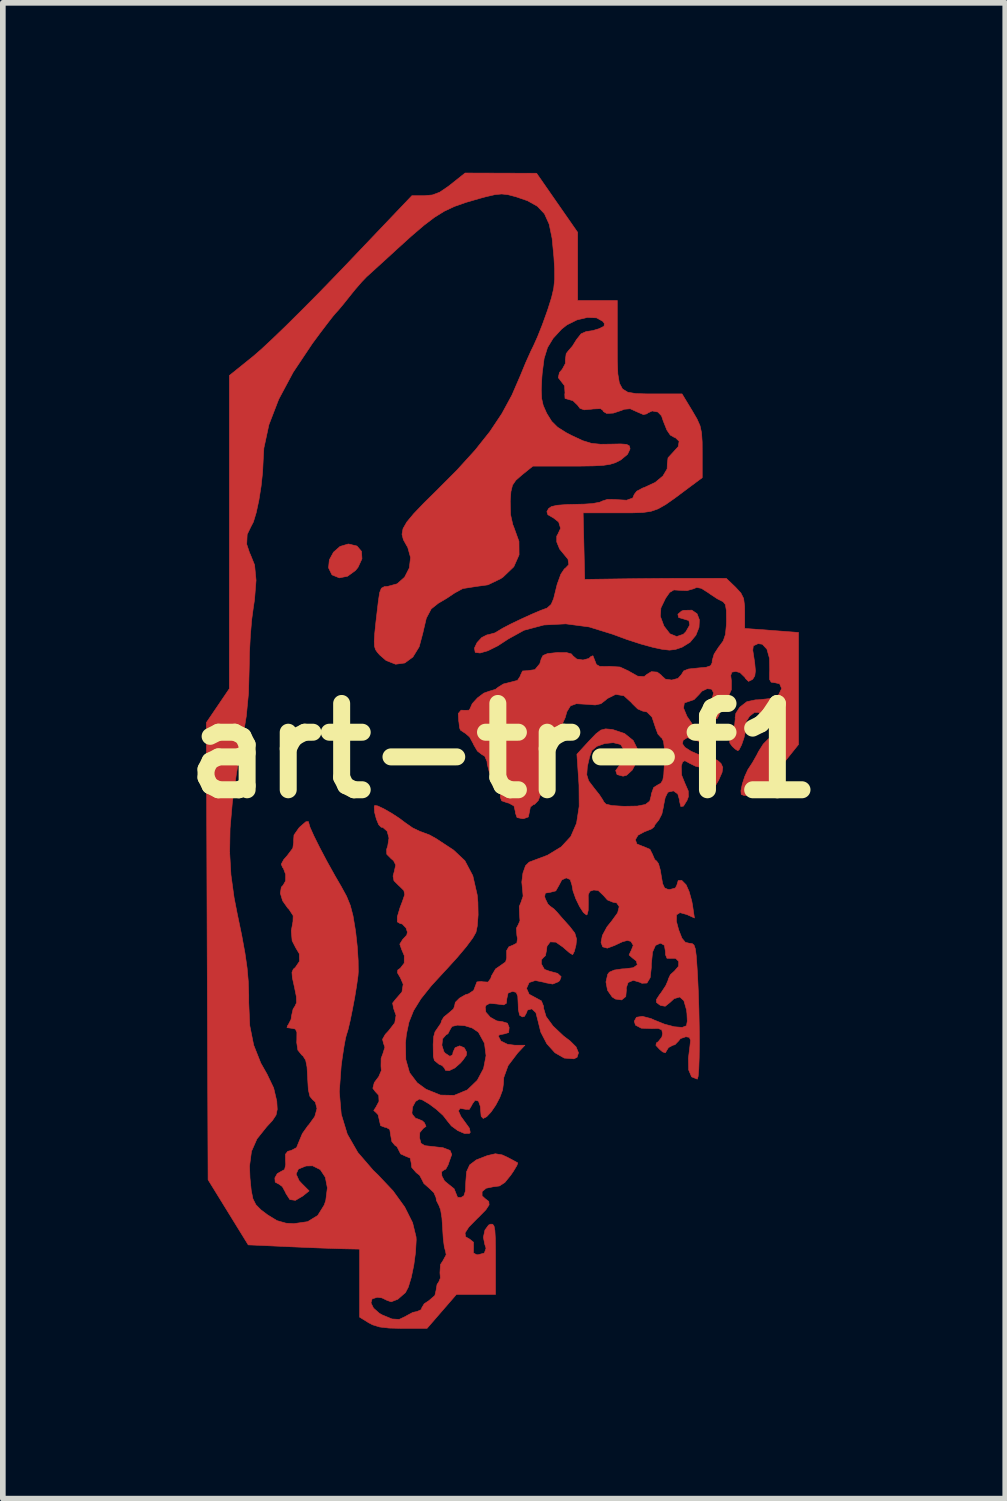
<source format=kicad_pcb>
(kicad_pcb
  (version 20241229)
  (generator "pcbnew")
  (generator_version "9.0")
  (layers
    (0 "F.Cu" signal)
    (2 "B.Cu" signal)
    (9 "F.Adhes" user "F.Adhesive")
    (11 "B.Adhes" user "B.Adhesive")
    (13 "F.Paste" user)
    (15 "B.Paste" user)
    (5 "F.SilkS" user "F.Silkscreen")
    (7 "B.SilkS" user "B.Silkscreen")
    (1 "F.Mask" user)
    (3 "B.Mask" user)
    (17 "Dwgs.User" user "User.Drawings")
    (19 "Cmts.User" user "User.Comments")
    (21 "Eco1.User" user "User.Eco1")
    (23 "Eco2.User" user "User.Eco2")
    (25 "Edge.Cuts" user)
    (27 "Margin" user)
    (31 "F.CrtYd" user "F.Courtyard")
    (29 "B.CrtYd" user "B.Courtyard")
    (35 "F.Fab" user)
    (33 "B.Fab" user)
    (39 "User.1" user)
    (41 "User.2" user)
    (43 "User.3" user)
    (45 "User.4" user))
  (footprint "art-tr-f1"
    (layer "F.Cu")
    (at 5.849 10.205)
    (property "Reference" "art-tr-f1" (at 0 0 0) (layer "F.SilkS") (effects (font (size 1.524 1.524) (thickness 0.3))))
    (attr through_hole)
    (fp_poly (pts (xy -2.596 -3.614) (xy -2.516 -3.52) (xy -2.508 -3.388) (xy -2.578 -3.237) (xy -2.623 -3.182) (xy -2.762 -3.081) (xy -2.908 -3.052) (xy -3.031 -3.102) (xy -3.04 -3.11) (xy -3.098 -3.229) (xy -3.084 -3.37) (xy -3.011 -3.505) (xy -2.895 -3.607) (xy -2.751 -3.65) (xy -2.744 -3.65) (xy -2.596 -3.614)) (stroke (width 0.01) (type solid)) (fill yes) (layer "F.Cu"))
    (fp_poly (pts (xy 0.575 -10.196) (xy 0.937 -9.675) (xy 1.3 -9.153) (xy 1.3 -8.552) (xy 1.3 -7.95) (xy 2 -7.95) (xy 2 -7.208) (xy 2.001 -6.886) (xy 2.01 -6.652) (xy 2.037 -6.49) (xy 2.092 -6.387) (xy 2.185 -6.33) (xy 2.326 -6.306) (xy 2.525 -6.3) (xy 2.663 -6.3) (xy 3.143 -6.3) (xy 3.321 -6.006) (xy 3.408 -5.857) (xy 3.461 -5.738) (xy 3.488 -5.613) (xy 3.499 -5.449) (xy 3.5 -5.267) (xy 3.5 -4.821) (xy 3.242 -4.629) (xy 3.02 -4.463) (xy 2.855 -4.347) (xy 2.721 -4.271) (xy 2.595 -4.227) (xy 2.451 -4.206) (xy 2.265 -4.2) (xy 2.016 -4.2) (xy 1.397 -4.2) (xy 1.425 -3.025) (xy 2.1 -3.035) (xy 2.421 -3.039) (xy 2.773 -3.042) (xy 3.111 -3.044) (xy 3.35 -3.044) (xy 3.925 -3.043) (xy 4.088 -2.887) (xy 4.182 -2.785) (xy 4.231 -2.687) (xy 4.248 -2.553) (xy 4.25 -2.445) (xy 4.25 -2.159) (xy 4.725 -2.124) (xy 5.2 -2.088) (xy 5.2 -0.11) (xy 4.838 0.342) (xy 4.667 0.549) (xy 4.54 0.686) (xy 4.445 0.764) (xy 4.368 0.795) (xy 4.346 0.797) (xy 4.238 0.79) (xy 4.189 0.772) (xy 4.183 0.708) (xy 4.207 0.589) (xy 4.251 0.454) (xy 4.304 0.337) (xy 4.328 0.3) (xy 4.387 0.21) (xy 4.464 0.074) (xy 4.493 0.016) (xy 4.577 -0.117) (xy 4.667 -0.208) (xy 4.699 -0.225) (xy 4.785 -0.287) (xy 4.8 -0.369) (xy 4.746 -0.434) (xy 4.675 -0.45) (xy 4.576 -0.474) (xy 4.55 -0.547) (xy 4.526 -0.644) (xy 4.497 -0.677) (xy 4.421 -0.675) (xy 4.337 -0.611) (xy 4.277 -0.518) (xy 4.268 -0.436) (xy 4.265 -0.351) (xy 4.237 -0.227) (xy 4.195 -0.104) (xy 4.151 -0.018) (xy 4.128 0) (xy 4.08 -0.031) (xy 4.031 -0.076) (xy 3.986 -0.137) (xy 3.986 -0.21) (xy 4.031 -0.332) (xy 4.073 -0.465) (xy 4.083 -0.566) (xy 4.08 -0.58) (xy 4.093 -0.66) (xy 4.16 -0.764) (xy 4.17 -0.774) (xy 4.287 -0.865) (xy 4.439 -0.898) (xy 4.497 -0.9) (xy 4.713 -0.923) (xy 4.849 -0.989) (xy 4.9 -1.095) (xy 4.9 -1.102) (xy 4.866 -1.182) (xy 4.787 -1.2) (xy 4.717 -1.21) (xy 4.688 -1.26) (xy 4.688 -1.375) (xy 4.691 -1.413) (xy 4.687 -1.632) (xy 4.642 -1.793) (xy 4.561 -1.88) (xy 4.487 -1.891) (xy 4.402 -1.852) (xy 4.392 -1.775) (xy 4.426 -1.555) (xy 4.439 -1.411) (xy 4.428 -1.322) (xy 4.395 -1.268) (xy 4.383 -1.256) (xy 4.317 -1.224) (xy 4.265 -1.274) (xy 4.252 -1.297) (xy 4.167 -1.379) (xy 4.092 -1.4) (xy 4.023 -1.387) (xy 4.003 -1.329) (xy 4.015 -1.229) (xy 4.015 -1.079) (xy 3.951 -0.938) (xy 3.921 -0.895) (xy 3.843 -0.768) (xy 3.802 -0.659) (xy 3.8 -0.64) (xy 3.764 -0.569) (xy 3.686 -0.552) (xy 3.607 -0.589) (xy 3.579 -0.632) (xy 3.581 -0.732) (xy 3.624 -0.83) (xy 3.681 -0.944) (xy 3.7 -1.023) (xy 3.666 -1.087) (xy 3.586 -1.095) (xy 3.495 -1.052) (xy 3.439 -0.988) (xy 3.355 -0.902) (xy 3.276 -0.875) (xy 3.184 -0.844) (xy 3.17 -0.753) (xy 3.23 -0.608) (xy 3.345 -0.439) (xy 3.457 -0.277) (xy 3.497 -0.182) (xy 3.464 -0.155) (xy 3.358 -0.196) (xy 3.352 -0.199) (xy 3.234 -0.23) (xy 3.163 -0.185) (xy 3.15 -0.123) (xy 3.194 -0.06) (xy 3.305 0.011) (xy 3.453 0.075) (xy 3.609 0.118) (xy 3.646 0.123) (xy 3.768 0.169) (xy 3.831 0.225) (xy 3.863 0.295) (xy 3.85 0.383) (xy 3.789 0.521) (xy 3.785 0.529) (xy 3.709 0.657) (xy 3.638 0.736) (xy 3.611 0.749) (xy 3.539 0.711) (xy 3.511 0.625) (xy 3.541 0.539) (xy 3.543 0.537) (xy 3.598 0.438) (xy 3.586 0.348) (xy 3.514 0.301) (xy 3.498 0.3) (xy 3.38 0.273) (xy 3.279 0.223) (xy 3.193 0.176) (xy 3.153 0.198) (xy 3.13 0.272) (xy 3.136 0.431) (xy 3.194 0.575) (xy 3.253 0.71) (xy 3.256 0.811) (xy 3.232 0.876) (xy 3.169 0.978) (xy 3.122 0.986) (xy 3.101 0.9) (xy 3.1 0.873) (xy 3.068 0.763) (xy 2.992 0.709) (xy 2.903 0.729) (xy 2.888 0.742) (xy 2.846 0.827) (xy 2.819 0.96) (xy 2.818 0.976) (xy 2.787 1.118) (xy 2.732 1.225) (xy 2.727 1.23) (xy 2.665 1.307) (xy 2.65 1.343) (xy 2.607 1.38) (xy 2.503 1.422) (xy 2.487 1.427) (xy 2.367 1.491) (xy 2.319 1.572) (xy 2.347 1.647) (xy 2.455 1.69) (xy 2.458 1.69) (xy 2.576 1.74) (xy 2.621 1.828) (xy 2.66 1.92) (xy 2.696 1.95) (xy 2.728 1.995) (xy 2.76 2.109) (xy 2.775 2.2) (xy 2.801 2.349) (xy 2.836 2.424) (xy 2.896 2.449) (xy 2.93 2.45) (xy 3.025 2.424) (xy 3.05 2.378) (xy 3.076 2.292) (xy 3.138 2.289) (xy 3.215 2.367) (xy 3.269 2.488) (xy 3.315 2.655) (xy 3.327 2.718) (xy 3.362 2.953) (xy 3.23 2.893) (xy 3.107 2.859) (xy 3.046 2.898) (xy 3.044 3.013) (xy 3.084 3.163) (xy 3.142 3.311) (xy 3.202 3.383) (xy 3.273 3.4) (xy 3.322 3.405) (xy 3.355 3.432) (xy 3.378 3.498) (xy 3.394 3.62) (xy 3.408 3.815) (xy 3.417 3.962) (xy 3.431 4.26) (xy 3.441 4.57) (xy 3.447 4.876) (xy 3.449 5.164) (xy 3.446 5.416) (xy 3.439 5.616) (xy 3.428 5.749) (xy 3.413 5.799) (xy 3.413 5.799) (xy 3.312 5.758) (xy 3.26 5.635) (xy 3.256 5.43) (xy 3.28 5.237) (xy 3.294 5.115) (xy 3.273 5.061) (xy 3.211 5.05) (xy 3.115 5.083) (xy 3.082 5.125) (xy 3.018 5.191) (xy 2.982 5.2) (xy 2.905 5.241) (xy 2.879 5.282) (xy 2.848 5.334) (xy 2.8 5.317) (xy 2.747 5.272) (xy 2.682 5.202) (xy 2.691 5.159) (xy 2.723 5.138) (xy 2.787 5.057) (xy 2.8 4.994) (xy 2.785 4.928) (xy 2.722 4.903) (xy 2.611 4.906) (xy 2.423 4.899) (xy 2.321 4.845) (xy 2.3 4.776) (xy 2.339 4.706) (xy 2.444 4.69) (xy 2.595 4.729) (xy 2.652 4.755) (xy 2.836 4.829) (xy 3.009 4.874) (xy 3.146 4.885) (xy 3.221 4.856) (xy 3.222 4.854) (xy 3.236 4.775) (xy 3.23 4.639) (xy 3.222 4.575) (xy 3.176 4.414) (xy 3.103 4.348) (xy 3.003 4.378) (xy 2.928 4.447) (xy 2.846 4.512) (xy 2.767 4.498) (xy 2.747 4.487) (xy 2.692 4.444) (xy 2.69 4.395) (xy 2.745 4.31) (xy 2.777 4.268) (xy 2.856 4.148) (xy 2.898 4.051) (xy 2.9 4.034) (xy 2.938 3.954) (xy 3.009 3.89) (xy 3.081 3.806) (xy 3.085 3.72) (xy 3.029 3.665) (xy 2.949 3.665) (xy 2.878 3.666) (xy 2.852 3.603) (xy 2.85 3.545) (xy 2.832 3.436) (xy 2.769 3.4) (xy 2.756 3.4) (xy 2.674 3.438) (xy 2.623 3.555) (xy 2.602 3.761) (xy 2.601 3.827) (xy 2.581 4.007) (xy 2.524 4.102) (xy 2.434 4.106) (xy 2.4 4.089) (xy 2.282 4.054) (xy 2.191 4.093) (xy 2.158 4.19) (xy 2.161 4.219) (xy 2.15 4.341) (xy 2.077 4.4) (xy 1.967 4.385) (xy 1.91 4.348) (xy 1.828 4.231) (xy 1.8 4.083) (xy 1.831 3.948) (xy 1.86 3.91) (xy 1.945 3.873) (xy 2.084 3.852) (xy 2.135 3.85) (xy 2.283 3.831) (xy 2.353 3.781) (xy 2.337 3.713) (xy 2.265 3.657) (xy 2.208 3.606) (xy 2.239 3.539) (xy 2.244 3.532) (xy 2.282 3.436) (xy 2.24 3.366) (xy 2.176 3.35) (xy 2.089 3.374) (xy 1.967 3.431) (xy 1.956 3.437) (xy 1.824 3.486) (xy 1.742 3.463) (xy 1.713 3.383) (xy 1.737 3.261) (xy 1.818 3.111) (xy 1.906 3.001) (xy 2.006 2.863) (xy 2.034 2.753) (xy 1.989 2.687) (xy 1.924 2.675) (xy 1.826 2.635) (xy 1.759 2.559) (xy 1.664 2.468) (xy 1.584 2.459) (xy 1.516 2.482) (xy 1.487 2.544) (xy 1.488 2.673) (xy 1.488 2.688) (xy 1.487 2.817) (xy 1.468 2.892) (xy 1.456 2.9) (xy 1.402 2.857) (xy 1.334 2.751) (xy 1.267 2.613) (xy 1.218 2.474) (xy 1.2 2.373) (xy 1.169 2.275) (xy 1.098 2.245) (xy 1.02 2.282) (xy 0.971 2.375) (xy 0.914 2.475) (xy 0.816 2.5) (xy 0.729 2.514) (xy 0.718 2.574) (xy 0.728 2.612) (xy 0.775 2.708) (xy 0.813 2.744) (xy 0.882 2.794) (xy 0.937 2.851) (xy 1.018 2.945) (xy 1.127 3.067) (xy 1.157 3.1) (xy 1.25 3.22) (xy 1.281 3.325) (xy 1.271 3.43) (xy 1.242 3.543) (xy 1.213 3.599) (xy 1.21 3.6) (xy 1.158 3.569) (xy 1.067 3.491) (xy 1.043 3.469) (xy 0.916 3.38) (xy 0.816 3.375) (xy 0.759 3.452) (xy 0.75 3.523) (xy 0.732 3.618) (xy 0.697 3.65) (xy 0.661 3.691) (xy 0.659 3.763) (xy 0.714 3.861) (xy 0.8 3.892) (xy 0.946 3.931) (xy 1.009 3.99) (xy 0.983 4.059) (xy 0.958 4.08) (xy 0.86 4.12) (xy 0.737 4.098) (xy 0.714 4.09) (xy 0.553 4.057) (xy 0.444 4.093) (xy 0.4 4.192) (xy 0.4 4.201) (xy 0.444 4.3) (xy 0.55 4.357) (xy 0.66 4.417) (xy 0.698 4.511) (xy 0.7 4.551) (xy 0.743 4.694) (xy 0.865 4.861) (xy 1.051 5.037) (xy 1.167 5.125) (xy 1.272 5.229) (xy 1.315 5.333) (xy 1.29 5.413) (xy 1.234 5.44) (xy 1.064 5.427) (xy 0.9 5.333) (xy 0.756 5.174) (xy 0.649 4.968) (xy 0.602 4.778) (xy 0.563 4.625) (xy 0.495 4.561) (xy 0.487 4.559) (xy 0.413 4.579) (xy 0.4 4.621) (xy 0.362 4.69) (xy 0.325 4.7) (xy 0.276 4.671) (xy 0.253 4.57) (xy 0.25 4.475) (xy 0.243 4.334) (xy 0.216 4.268) (xy 0.157 4.25) (xy 0.15 4.25) (xy 0.072 4.279) (xy 0.05 4.377) (xy 0.041 4.46) (xy -0.005 4.487) (xy -0.118 4.473) (xy -0.124 4.472) (xy -0.25 4.46) (xy -0.314 4.492) (xy -0.332 4.526) (xy -0.321 4.616) (xy -0.242 4.706) (xy -0.128 4.77) (xy -0.025 4.785) (xy 0.061 4.811) (xy 0.091 4.888) (xy 0.082 4.976) (xy 0.005 5) (xy 0.003 5) (xy -0.08 5.016) (xy -0.1 5.04) (xy -0.055 5.126) (xy 0.063 5.184) (xy 0.194 5.2) (xy 0.369 5.2) (xy 0.24 5.338) (xy 0.072 5.56) (xy -0.004 5.77) (xy -0.01 5.875) (xy -0.025 5.99) (xy -0.075 6.124) (xy -0.146 6.259) (xy -0.227 6.377) (xy -0.305 6.461) (xy -0.367 6.493) (xy -0.402 6.457) (xy -0.405 6.438) (xy -0.414 6.335) (xy -0.418 6.279) (xy -0.451 6.186) (xy -0.51 6.171) (xy -0.561 6.24) (xy -0.566 6.254) (xy -0.613 6.333) (xy -0.677 6.331) (xy -0.776 6.314) (xy -0.805 6.359) (xy -0.761 6.458) (xy -0.702 6.539) (xy -0.611 6.665) (xy -0.596 6.739) (xy -0.611 6.757) (xy -0.697 6.759) (xy -0.815 6.708) (xy -0.93 6.624) (xy -1.007 6.528) (xy -1.009 6.525) (xy -1.075 6.44) (xy -1.19 6.335) (xy -1.321 6.237) (xy -1.437 6.168) (xy -1.494 6.15) (xy -1.562 6.192) (xy -1.614 6.289) (xy -1.626 6.395) (xy -1.619 6.421) (xy -1.561 6.49) (xy -1.526 6.5) (xy -1.442 6.535) (xy -1.405 6.569) (xy -1.377 6.633) (xy -1.427 6.669) (xy -1.487 6.742) (xy -1.491 6.837) (xy -1.466 6.932) (xy -1.398 6.973) (xy -1.3 6.984) (xy -1.078 7.009) (xy -0.952 7.058) (xy -0.923 7.129) (xy -0.928 7.144) (xy -0.972 7.267) (xy -0.987 7.312) (xy -1.028 7.387) (xy -1.056 7.4) (xy -1.102 7.433) (xy -1.097 7.51) (xy -1.05 7.597) (xy -0.975 7.659) (xy -0.881 7.734) (xy -0.85 7.812) (xy -0.82 7.885) (xy -0.762 7.89) (xy -0.709 7.859) (xy -0.682 7.776) (xy -0.675 7.619) (xy -0.675 7.614) (xy -0.661 7.434) (xy -0.606 7.313) (xy -0.49 7.225) (xy -0.295 7.149) (xy -0.153 7.116) (xy -0.033 7.136) (xy 0.055 7.176) (xy 0.169 7.236) (xy 0.237 7.274) (xy 0.243 7.278) (xy 0.227 7.324) (xy 0.167 7.424) (xy 0.118 7.496) (xy 0.014 7.624) (xy -0.081 7.685) (xy -0.189 7.699) (xy -0.316 7.725) (xy -0.387 7.785) (xy -0.387 7.859) (xy -0.333 7.909) (xy -0.269 7.958) (xy -0.263 8.018) (xy -0.32 8.105) (xy -0.447 8.235) (xy -0.475 8.261) (xy -0.621 8.41) (xy -0.688 8.514) (xy -0.679 8.582) (xy -0.607 8.623) (xy -0.539 8.678) (xy -0.538 8.776) (xy -0.54 8.869) (xy -0.482 8.899) (xy -0.459 8.9) (xy -0.347 8.869) (xy -0.317 8.784) (xy -0.34 8.714) (xy -0.364 8.591) (xy -0.337 8.464) (xy -0.272 8.375) (xy -0.235 8.359) (xy -0.2 8.361) (xy -0.176 8.394) (xy -0.161 8.472) (xy -0.153 8.612) (xy -0.15 8.829) (xy -0.15 8.971) (xy -0.15 9.6) (xy -0.84 9.6) (xy -1.1 9.9) (xy -1.36 10.2) (xy -1.792 10.2) (xy -2.03 10.194) (xy -2.196 10.175) (xy -2.319 10.137) (xy -2.388 10.101) (xy -2.55 10.001) (xy -2.55 8.8) (xy -2.837 8.794) (xy -2.997 8.789) (xy -3.228 8.781) (xy -3.5 8.77) (xy -3.784 8.758) (xy -3.82 8.756) (xy -4.516 8.725) (xy -5.225 7.575) (xy -5.241 3.539) (xy -5.247 1.794) (xy -4.844 1.794) (xy -4.821 2.194) (xy -4.766 2.593) (xy -4.711 2.875) (xy -4.631 3.26) (xy -4.574 3.572) (xy -4.536 3.836) (xy -4.515 4.075) (xy -4.507 4.314) (xy -4.507 4.45) (xy -4.489 4.854) (xy -4.42 5.198) (xy -4.294 5.516) (xy -4.183 5.712) (xy -4.067 5.955) (xy -4.012 6.19) (xy -4.004 6.332) (xy -4.025 6.433) (xy -4.09 6.531) (xy -4.191 6.64) (xy -4.362 6.854) (xy -4.459 7.074) (xy -4.493 7.333) (xy -4.485 7.546) (xy -4.463 7.765) (xy -4.433 7.912) (xy -4.381 8.016) (xy -4.294 8.105) (xy -4.176 8.194) (xy -4.008 8.297) (xy -3.849 8.342) (xy -3.711 8.35) (xy -3.467 8.315) (xy -3.289 8.206) (xy -3.174 8.021) (xy -3.147 7.941) (xy -3.119 7.718) (xy -3.155 7.531) (xy -3.244 7.396) (xy -3.379 7.329) (xy -3.496 7.332) (xy -3.63 7.386) (xy -3.671 7.474) (xy -3.618 7.591) (xy -3.571 7.642) (xy -3.441 7.772) (xy -3.551 7.861) (xy -3.683 7.939) (xy -3.781 7.925) (xy -3.851 7.817) (xy -3.857 7.8) (xy -3.914 7.696) (xy -3.977 7.65) (xy -3.98 7.65) (xy -4.04 7.617) (xy -4.046 7.543) (xy -4.004 7.468) (xy -3.946 7.434) (xy -3.874 7.395) (xy -3.854 7.307) (xy -3.858 7.241) (xy -3.859 7.125) (xy -3.818 7.073) (xy -3.761 7.059) (xy -3.663 7.008) (xy -3.616 6.893) (xy -3.56 6.759) (xy -3.462 6.621) (xy -3.443 6.601) (xy -3.341 6.459) (xy -3.302 6.318) (xy -3.332 6.203) (xy -3.38 6.16) (xy -3.427 6.103) (xy -3.455 5.985) (xy -3.467 5.786) (xy -3.467 5.779) (xy -3.478 5.584) (xy -3.502 5.464) (xy -3.548 5.391) (xy -3.572 5.371) (xy -3.64 5.286) (xy -3.66 5.151) (xy -3.658 5.1) (xy -3.657 4.971) (xy -3.684 4.914) (xy -3.752 4.9) (xy -3.758 4.9) (xy -3.832 4.889) (xy -3.819 4.849) (xy -3.81 4.84) (xy -3.76 4.743) (xy -3.75 4.675) (xy -3.724 4.561) (xy -3.692 4.512) (xy -3.663 4.449) (xy -3.667 4.338) (xy -3.701 4.17) (xy -3.737 4.008) (xy -3.744 3.913) (xy -3.721 3.858) (xy -3.684 3.826) (xy -3.611 3.718) (xy -3.614 3.585) (xy -3.677 3.48) (xy -3.741 3.355) (xy -3.756 3.18) (xy -3.726 3.015) (xy -3.723 2.912) (xy -3.794 2.803) (xy -3.82 2.776) (xy -3.909 2.65) (xy -3.949 2.517) (xy -3.932 2.409) (xy -3.9 2.375) (xy -3.857 2.299) (xy -3.856 2.183) (xy -3.895 2.078) (xy -3.91 2.06) (xy -3.933 2.003) (xy -3.89 1.923) (xy -3.828 1.853) (xy -3.729 1.721) (xy -3.713 1.607) (xy -3.716 1.596) (xy -3.708 1.488) (xy -3.623 1.366) (xy -3.597 1.339) (xy -3.498 1.254) (xy -3.453 1.251) (xy -3.45 1.267) (xy -3.426 1.35) (xy -3.358 1.502) (xy -3.256 1.707) (xy -3.128 1.95) (xy -2.982 2.212) (xy -2.875 2.396) (xy -2.78 2.57) (xy -2.714 2.731) (xy -2.666 2.915) (xy -2.626 3.156) (xy -2.617 3.221) (xy -2.59 3.467) (xy -2.575 3.707) (xy -2.573 3.904) (xy -2.578 3.975) (xy -2.603 4.152) (xy -2.637 4.361) (xy -2.678 4.577) (xy -2.718 4.774) (xy -2.754 4.926) (xy -2.779 5.007) (xy -2.781 5.01) (xy -2.798 5.075) (xy -2.824 5.216) (xy -2.854 5.41) (xy -2.875 5.564) (xy -2.908 6.022) (xy -2.874 6.418) (xy -2.767 6.77) (xy -2.581 7.094) (xy -2.31 7.408) (xy -2.223 7.492) (xy -1.959 7.772) (xy -1.753 8.057) (xy -1.614 8.334) (xy -1.553 8.584) (xy -1.55 8.636) (xy -1.562 8.854) (xy -1.593 9.085) (xy -1.638 9.301) (xy -1.69 9.472) (xy -1.74 9.567) (xy -1.875 9.685) (xy -1.992 9.73) (xy -2.065 9.705) (xy -2.156 9.661) (xy -2.238 9.65) (xy -2.329 9.679) (xy -2.349 9.75) (xy -2.304 9.842) (xy -2.201 9.933) (xy -2.15 9.962) (xy -1.978 10.033) (xy -1.851 10.041) (xy -1.737 9.987) (xy -1.722 9.977) (xy -1.61 9.917) (xy -1.538 9.902) (xy -1.463 9.869) (xy -1.45 9.833) (xy -1.409 9.765) (xy -1.325 9.709) (xy -1.221 9.619) (xy -1.2 9.529) (xy -1.182 9.423) (xy -1.15 9.375) (xy -1.123 9.309) (xy -1.131 9.22) (xy -1.122 9.072) (xy -1.076 9.001) (xy -1.021 8.899) (xy -1.032 8.841) (xy -1.054 8.76) (xy -1.073 8.611) (xy -1.084 8.431) (xy -1.096 8.25) (xy -1.119 8.107) (xy -1.147 8.033) (xy -1.194 7.94) (xy -1.2 7.891) (xy -1.239 7.802) (xy -1.325 7.72) (xy -1.415 7.641) (xy -1.45 7.571) (xy -1.49 7.496) (xy -1.549 7.45) (xy -1.629 7.358) (xy -1.637 7.286) (xy -1.656 7.193) (xy -1.738 7.159) (xy -1.825 7.119) (xy -1.85 7.07) (xy -1.89 6.99) (xy -1.925 6.968) (xy -1.981 6.9) (xy -2 6.795) (xy -2.017 6.687) (xy -2.08 6.651) (xy -2.1 6.65) (xy -2.179 6.62) (xy -2.2 6.529) (xy -2.223 6.427) (xy -2.263 6.385) (xy -2.3 6.352) (xy -2.263 6.296) (xy -2.207 6.191) (xy -2.212 6.084) (xy -2.272 6.019) (xy -2.316 5.96) (xy -2.29 5.859) (xy -2.212 5.755) (xy -2.166 5.648) (xy -2.172 5.568) (xy -2.17 5.433) (xy -2.139 5.35) (xy -2.103 5.235) (xy -2.127 5.168) (xy -2.145 5.095) (xy -2.096 5.008) (xy -2.039 4.947) (xy -1.929 4.805) (xy -1.906 4.673) (xy -1.949 4.552) (xy -1.967 4.456) (xy -1.921 4.397) (xy -1.802 4.26) (xy -1.78 4.123) (xy -1.827 4.014) (xy -1.881 3.921) (xy -1.876 3.872) (xy -1.831 3.84) (xy -1.762 3.751) (xy -1.761 3.618) (xy -1.809 3.505) (xy -1.84 3.415) (xy -1.789 3.332) (xy -1.784 3.327) (xy -1.717 3.255) (xy -1.706 3.202) (xy -1.73 3.129) (xy -1.796 3.06) (xy -1.836 3.05) (xy -1.884 3.022) (xy -1.884 2.932) (xy -1.836 2.771) (xy -1.793 2.658) (xy -1.753 2.541) (xy -1.768 2.468) (xy -1.846 2.391) (xy -1.856 2.383) (xy -1.943 2.296) (xy -1.959 2.213) (xy -1.937 2.13) (xy -1.912 2.017) (xy -1.95 1.942) (xy -1.996 1.903) (xy -2.07 1.828) (xy -2.073 1.742) (xy -2.053 1.682) (xy -2.031 1.542) (xy -2.063 1.422) (xy -2.138 1.355) (xy -2.17 1.35) (xy -2.212 1.307) (xy -2.254 1.206) (xy -2.285 1.088) (xy -2.292 0.993) (xy -2.283 0.966) (xy -2.229 0.975) (xy -2.121 1.026) (xy -1.985 1.104) (xy -1.847 1.194) (xy -1.749 1.268) (xy -1.613 1.363) (xy -1.479 1.427) (xy -1.459 1.433) (xy -1.313 1.488) (xy -1.2 1.551) (xy -1.075 1.633) (xy -0.924 1.732) (xy -0.891 1.754) (xy -0.691 1.942) (xy -0.551 2.207) (xy -0.473 2.547) (xy -0.461 2.677) (xy -0.457 2.898) (xy -0.472 3.094) (xy -0.495 3.206) (xy -0.552 3.307) (xy -0.666 3.46) (xy -0.823 3.647) (xy -1.008 3.851) (xy -1.031 3.875) (xy -1.284 4.15) (xy -1.469 4.382) (xy -1.597 4.589) (xy -1.678 4.792) (xy -1.724 5.009) (xy -1.739 5.154) (xy -1.734 5.452) (xy -1.668 5.684) (xy -1.533 5.863) (xy -1.377 5.977) (xy -1.122 6.08) (xy -0.88 6.085) (xy -0.653 5.991) (xy -0.645 5.986) (xy -0.472 5.819) (xy -0.361 5.611) (xy -0.317 5.384) (xy -0.345 5.165) (xy -0.448 4.977) (xy -0.459 4.965) (xy -0.561 4.896) (xy -0.693 4.855) (xy -0.822 4.845) (xy -0.918 4.868) (xy -0.95 4.92) (xy -0.99 4.997) (xy -1.025 5.018) (xy -1.084 5.086) (xy -1.097 5.199) (xy -1.063 5.31) (xy -1.04 5.34) (xy -0.955 5.396) (xy -0.906 5.367) (xy -0.9 5.323) (xy -0.863 5.243) (xy -0.782 5.211) (xy -0.705 5.243) (xy -0.696 5.255) (xy -0.66 5.323) (xy -0.666 5.379) (xy -0.723 5.46) (xy -0.768 5.513) (xy -0.868 5.601) (xy -0.966 5.648) (xy -1.034 5.643) (xy -1.05 5.606) (xy -1.092 5.559) (xy -1.147 5.536) (xy -1.23 5.468) (xy -1.248 5.393) (xy -1.251 5.184) (xy -1.242 5.049) (xy -1.218 4.963) (xy -1.176 4.902) (xy -1.115 4.813) (xy -1.1 4.764) (xy -1.062 4.702) (xy -0.973 4.629) (xy -0.892 4.559) (xy -0.872 4.505) (xy -0.872 4.504) (xy -0.86 4.443) (xy -0.786 4.369) (xy -0.682 4.309) (xy -0.625 4.292) (xy -0.536 4.232) (xy -0.509 4.162) (xy -0.478 4.082) (xy -0.399 4.074) (xy -0.374 4.08) (xy -0.282 4.085) (xy -0.234 4.021) (xy -0.221 3.976) (xy -0.149 3.853) (xy -0.066 3.796) (xy 0.028 3.729) (xy 0.047 3.663) (xy 0.046 3.53) (xy 0.086 3.462) (xy 0.155 3.434) (xy 0.226 3.397) (xy 0.238 3.319) (xy 0.227 3.258) (xy 0.219 3.133) (xy 0.25 3.075) (xy 0.282 3.002) (xy 0.274 2.893) (xy 0.269 2.751) (xy 0.301 2.674) (xy 0.337 2.568) (xy 0.329 2.473) (xy 0.314 2.319) (xy 0.334 2.16) (xy 0.38 2.03) (xy 0.444 1.967) (xy 0.768 1.845) (xy 1.01 1.698) (xy 1.179 1.515) (xy 1.281 1.28) (xy 1.327 0.982) (xy 1.324 0.607) (xy 1.321 0.56) (xy 1.287 0.062) (xy 1.502 -0.172) (xy 1.624 -0.299) (xy 1.711 -0.365) (xy 1.794 -0.386) (xy 1.904 -0.376) (xy 1.922 -0.373) (xy 2.128 -0.304) (xy 2.281 -0.181) (xy 2.36 -0.022) (xy 2.367 0.043) (xy 2.338 0.202) (xy 2.264 0.342) (xy 2.165 0.433) (xy 2.102 0.45) (xy 1.996 0.421) (xy 1.972 0.35) (xy 2.036 0.261) (xy 2.047 0.252) (xy 2.129 0.14) (xy 2.135 0.01) (xy 2.066 -0.1) (xy 2.046 -0.114) (xy 1.929 -0.142) (xy 1.779 -0.127) (xy 1.638 -0.077) (xy 1.552 -0.004) (xy 1.552 -0.004) (xy 1.512 0.105) (xy 1.477 0.256) (xy 1.471 0.286) (xy 1.461 0.425) (xy 1.494 0.532) (xy 1.587 0.654) (xy 1.587 0.655) (xy 1.683 0.775) (xy 1.748 0.875) (xy 1.759 0.9) (xy 1.801 0.943) (xy 1.905 0.968) (xy 2.088 0.98) (xy 2.129 0.981) (xy 2.354 0.977) (xy 2.497 0.949) (xy 2.573 0.89) (xy 2.599 0.793) (xy 2.6 0.767) (xy 2.642 0.65) (xy 2.711 0.606) (xy 2.768 0.575) (xy 2.803 0.52) (xy 2.821 0.419) (xy 2.83 0.246) (xy 2.832 0.179) (xy 2.832 -0.035) (xy 2.817 -0.164) (xy 2.786 -0.225) (xy 2.774 -0.232) (xy 2.717 -0.295) (xy 2.673 -0.412) (xy 2.672 -0.417) (xy 2.613 -0.594) (xy 2.524 -0.684) (xy 2.447 -0.7) (xy 2.36 -0.738) (xy 2.264 -0.832) (xy 2.25 -0.85) (xy 2.118 -0.97) (xy 1.972 -0.995) (xy 1.824 -0.921) (xy 1.794 -0.894) (xy 1.711 -0.83) (xy 1.611 -0.808) (xy 1.455 -0.82) (xy 1.451 -0.82) (xy 1.278 -0.83) (xy 1.173 -0.792) (xy 1.11 -0.689) (xy 1.08 -0.583) (xy 1.018 -0.447) (xy 0.923 -0.328) (xy 0.82 -0.174) (xy 0.8 -0.063) (xy 0.775 0.068) (xy 0.72 0.154) (xy 0.668 0.233) (xy 0.664 0.362) (xy 0.672 0.417) (xy 0.679 0.586) (xy 0.654 0.75) (xy 0.605 0.88) (xy 0.54 0.947) (xy 0.521 0.95) (xy 0.465 0.994) (xy 0.45 1.075) (xy 0.429 1.17) (xy 0.348 1.199) (xy 0.325 1.2) (xy 0.23 1.18) (xy 0.201 1.099) (xy 0.2 1.074) (xy 0.176 0.975) (xy 0.087 0.926) (xy 0.058 0.919) (xy -0.042 0.884) (xy -0.067 0.816) (xy -0.061 0.77) (xy -0.063 0.678) (xy -0.094 0.65) (xy -0.146 0.607) (xy -0.208 0.501) (xy -0.263 0.366) (xy -0.296 0.235) (xy -0.3 0.189) (xy -0.34 0.097) (xy -0.391 0.067) (xy -0.469 0.007) (xy -0.537 -0.108) (xy -0.542 -0.123) (xy -0.607 -0.242) (xy -0.685 -0.31) (xy -0.693 -0.313) (xy -0.77 -0.365) (xy -0.785 -0.406) (xy -0.796 -0.505) (xy -0.8 -0.525) (xy -0.808 -0.656) (xy -0.758 -0.716) (xy -0.7 -0.714) (xy -0.62 -0.715) (xy -0.6 -0.742) (xy -0.561 -0.831) (xy -0.468 -0.933) (xy -0.356 -1.017) (xy -0.263 -1.05) (xy -0.15 -1.084) (xy -0.102 -1.122) (xy -0.012 -1.178) (xy 0.116 -1.21) (xy 0.238 -1.242) (xy 0.288 -1.318) (xy 0.29 -1.33) (xy 0.327 -1.408) (xy 0.418 -1.414) (xy 0.546 -1.432) (xy 0.632 -1.536) (xy 0.657 -1.621) (xy 0.688 -1.681) (xy 0.768 -1.715) (xy 0.923 -1.732) (xy 0.933 -1.733) (xy 1.1 -1.734) (xy 1.19 -1.709) (xy 1.218 -1.674) (xy 1.285 -1.618) (xy 1.395 -1.602) (xy 1.498 -1.629) (xy 1.532 -1.662) (xy 1.57 -1.677) (xy 1.601 -1.599) (xy 1.631 -1.522) (xy 1.691 -1.489) (xy 1.811 -1.487) (xy 1.851 -1.49) (xy 2.048 -1.478) (xy 2.201 -1.407) (xy 2.208 -1.402) (xy 2.361 -1.316) (xy 2.475 -1.309) (xy 2.525 -1.35) (xy 2.602 -1.396) (xy 2.705 -1.388) (xy 2.778 -1.333) (xy 2.782 -1.325) (xy 2.851 -1.263) (xy 2.962 -1.248) (xy 3.072 -1.277) (xy 3.135 -1.346) (xy 3.135 -1.348) (xy 3.172 -1.409) (xy 3.258 -1.443) (xy 3.418 -1.46) (xy 3.57 -1.474) (xy 3.647 -1.5) (xy 3.674 -1.551) (xy 3.676 -1.592) (xy 3.71 -1.707) (xy 3.791 -1.832) (xy 3.8 -1.842) (xy 3.871 -1.939) (xy 3.91 -2.054) (xy 3.926 -2.223) (xy 3.928 -2.292) (xy 3.926 -2.476) (xy 3.908 -2.582) (xy 3.868 -2.631) (xy 3.855 -2.637) (xy 3.765 -2.683) (xy 3.641 -2.765) (xy 3.606 -2.79) (xy 3.485 -2.867) (xy 3.402 -2.883) (xy 3.345 -2.859) (xy 3.231 -2.827) (xy 3.105 -2.832) (xy 2.999 -2.839) (xy 2.925 -2.795) (xy 2.853 -2.693) (xy 2.77 -2.521) (xy 2.76 -2.374) (xy 2.821 -2.209) (xy 2.824 -2.201) (xy 2.929 -2.065) (xy 3.049 -2.016) (xy 3.167 -2.057) (xy 3.211 -2.101) (xy 3.279 -2.22) (xy 3.264 -2.298) (xy 3.175 -2.325) (xy 3.083 -2.352) (xy 3.07 -2.41) (xy 3.135 -2.466) (xy 3.172 -2.479) (xy 3.316 -2.482) (xy 3.408 -2.419) (xy 3.45 -2.311) (xy 3.443 -2.178) (xy 3.388 -2.039) (xy 3.285 -1.915) (xy 3.144 -1.828) (xy 3.026 -1.788) (xy 2.92 -1.776) (xy 2.786 -1.792) (xy 2.628 -1.826) (xy 2.417 -1.884) (xy 2.167 -1.965) (xy 1.929 -2.053) (xy 1.915 -2.058) (xy 1.501 -2.186) (xy 1.091 -2.24) (xy 0.704 -2.22) (xy 0.354 -2.127) (xy 0.075 -1.973) (xy -0.11 -1.852) (xy -0.283 -1.766) (xy -0.423 -1.725) (xy -0.506 -1.736) (xy -0.509 -1.739) (xy -0.522 -1.812) (xy -0.476 -1.909) (xy -0.394 -1.998) (xy -0.299 -2.046) (xy -0.279 -2.048) (xy -0.159 -2.081) (xy -0.104 -2.114) (xy -0.023 -2.163) (xy 0.121 -2.238) (xy 0.301 -2.324) (xy 0.487 -2.409) (xy 0.652 -2.479) (xy 0.761 -2.519) (xy 0.833 -2.584) (xy 0.876 -2.685) (xy 0.938 -2.937) (xy 1.003 -3.116) (xy 1.066 -3.211) (xy 1.082 -3.221) (xy 1.144 -3.286) (xy 1.13 -3.381) (xy 1.07 -3.454) (xy 0.982 -3.561) (xy 0.931 -3.686) (xy 0.931 -3.79) (xy 0.948 -3.818) (xy 0.999 -3.927) (xy 0.965 -4.038) (xy 0.875 -4.109) (xy 0.775 -4.166) (xy 0.757 -4.221) (xy 0.788 -4.277) (xy 0.838 -4.311) (xy 0.94 -4.334) (xy 1.109 -4.347) (xy 1.361 -4.353) (xy 1.398 -4.353) (xy 1.563 -4.364) (xy 1.691 -4.388) (xy 1.736 -4.409) (xy 1.827 -4.438) (xy 1.963 -4.436) (xy 1.978 -4.434) (xy 2.164 -4.423) (xy 2.273 -4.462) (xy 2.3 -4.526) (xy 2.343 -4.582) (xy 2.45 -4.639) (xy 2.487 -4.652) (xy 2.669 -4.737) (xy 2.806 -4.851) (xy 2.88 -4.976) (xy 2.883 -5.061) (xy 2.896 -5.172) (xy 2.978 -5.261) (xy 3.076 -5.369) (xy 3.092 -5.464) (xy 3.026 -5.527) (xy 3.004 -5.534) (xy 2.936 -5.573) (xy 2.875 -5.663) (xy 2.811 -5.824) (xy 2.781 -5.913) (xy 2.717 -5.98) (xy 2.616 -5.999) (xy 2.532 -5.96) (xy 2.525 -5.949) (xy 2.461 -5.935) (xy 2.349 -5.983) (xy 2.228 -6.038) (xy 2.124 -6.029) (xy 2.075 -6.009) (xy 1.93 -5.961) (xy 1.813 -5.955) (xy 1.753 -5.99) (xy 1.75 -6.006) (xy 1.705 -6.04) (xy 1.569 -6.034) (xy 1.552 -6.031) (xy 1.416 -6.019) (xy 1.341 -6.045) (xy 1.3 -6.1) (xy 1.217 -6.18) (xy 1.147 -6.2) (xy 1.077 -6.22) (xy 1.073 -6.296) (xy 1.077 -6.316) (xy 1.069 -6.444) (xy 1.028 -6.497) (xy 0.958 -6.587) (xy 0.979 -6.678) (xy 1.029 -6.736) (xy 1.083 -6.837) (xy 1.084 -6.906) (xy 1.098 -7.011) (xy 1.133 -7.057) (xy 1.209 -7.145) (xy 1.28 -7.259) (xy 1.361 -7.361) (xy 1.448 -7.4) (xy 1.567 -7.418) (xy 1.677 -7.451) (xy 1.766 -7.495) (xy 1.772 -7.543) (xy 1.745 -7.581) (xy 1.634 -7.643) (xy 1.472 -7.65) (xy 1.289 -7.607) (xy 1.112 -7.519) (xy 1.018 -7.445) (xy 0.867 -7.281) (xy 0.768 -7.118) (xy 0.708 -6.925) (xy 0.675 -6.671) (xy 0.668 -6.585) (xy 0.658 -6.368) (xy 0.665 -6.217) (xy 0.692 -6.097) (xy 0.746 -5.974) (xy 0.758 -5.95) (xy 0.842 -5.815) (xy 0.946 -5.712) (xy 1.101 -5.614) (xy 1.2 -5.563) (xy 1.391 -5.474) (xy 1.545 -5.427) (xy 1.707 -5.411) (xy 1.875 -5.413) (xy 2.059 -5.417) (xy 2.164 -5.409) (xy 2.212 -5.384) (xy 2.225 -5.336) (xy 2.225 -5.328) (xy 2.181 -5.234) (xy 2.065 -5.137) (xy 2.05 -5.128) (xy 1.967 -5.086) (xy 1.873 -5.057) (xy 1.749 -5.038) (xy 1.575 -5.029) (xy 1.329 -5.025) (xy 1.192 -5.025) (xy 0.51 -5.025) (xy 0.317 -4.87) (xy 0.209 -4.775) (xy 0.15 -4.689) (xy 0.122 -4.575) (xy 0.11 -4.409) (xy 0.116 -4.167) (xy 0.156 -3.988) (xy 0.167 -3.965) (xy 0.264 -3.696) (xy 0.266 -3.458) (xy 0.173 -3.248) (xy -0.017 -3.066) (xy -0.061 -3.036) (xy -0.284 -2.929) (xy -0.493 -2.9) (xy -0.728 -2.863) (xy -0.87 -2.786) (xy -1.013 -2.69) (xy -1.149 -2.61) (xy -1.157 -2.606) (xy -1.285 -2.504) (xy -1.372 -2.34) (xy -1.429 -2.097) (xy -1.431 -2.086) (xy -1.498 -1.835) (xy -1.609 -1.654) (xy -1.752 -1.549) (xy -1.914 -1.527) (xy -2.082 -1.593) (xy -2.194 -1.69) (xy -2.238 -1.74) (xy -2.269 -1.786) (xy -2.287 -1.845) (xy -2.291 -1.933) (xy -2.283 -2.067) (xy -2.263 -2.262) (xy -2.231 -2.536) (xy -2.219 -2.638) (xy -2.196 -2.791) (xy -2.165 -2.869) (xy -2.111 -2.898) (xy -2.056 -2.901) (xy -1.887 -2.947) (xy -1.755 -3.064) (xy -1.672 -3.227) (xy -1.65 -3.411) (xy -1.7 -3.591) (xy -1.719 -3.622) (xy -1.777 -3.726) (xy -1.801 -3.821) (xy -1.783 -3.921) (xy -1.716 -4.038) (xy -1.594 -4.185) (xy -1.41 -4.377) (xy -1.221 -4.563) (xy -0.83 -4.955) (xy -0.51 -5.307) (xy -0.249 -5.635) (xy -0.037 -5.953) (xy 0.14 -6.279) (xy 0.291 -6.628) (xy 0.3 -6.65) (xy 0.383 -6.852) (xy 0.476 -7.059) (xy 0.521 -7.15) (xy 0.591 -7.306) (xy 0.675 -7.517) (xy 0.757 -7.744) (xy 0.775 -7.796) (xy 0.84 -8.003) (xy 0.878 -8.165) (xy 0.894 -8.322) (xy 0.893 -8.509) (xy 0.881 -8.715) (xy 0.849 -9.048) (xy 0.797 -9.298) (xy 0.714 -9.481) (xy 0.589 -9.613) (xy 0.414 -9.711) (xy 0.213 -9.78) (xy 0.073 -9.817) (xy -0.04 -9.83) (xy -0.162 -9.818) (xy -0.329 -9.779) (xy -0.428 -9.752) (xy -0.673 -9.681) (xy -0.875 -9.61) (xy -1.054 -9.526) (xy -1.228 -9.418) (xy -1.417 -9.274) (xy -1.64 -9.083) (xy -1.883 -8.863) (xy -2.066 -8.695) (xy -2.231 -8.545) (xy -2.359 -8.428) (xy -2.427 -8.367) (xy -2.512 -8.278) (xy -2.629 -8.143) (xy -2.724 -8.025) (xy -2.835 -7.886) (xy -2.927 -7.776) (xy -2.974 -7.725) (xy -3.023 -7.667) (xy -3.117 -7.546) (xy -3.244 -7.379) (xy -3.388 -7.184) (xy -3.389 -7.182) (xy -3.723 -6.682) (xy -3.978 -6.205) (xy -4.151 -5.756) (xy -4.24 -5.343) (xy -4.251 -5.153) (xy -4.262 -4.922) (xy -4.289 -4.67) (xy -4.328 -4.423) (xy -4.375 -4.204) (xy -4.425 -4.039) (xy -4.468 -3.957) (xy -4.535 -3.818) (xy -4.543 -3.645) (xy -4.49 -3.486) (xy -4.482 -3.474) (xy -4.404 -3.28) (xy -4.378 -3.009) (xy -4.405 -2.667) (xy -4.424 -2.543) (xy -4.454 -2.323) (xy -4.478 -2.041) (xy -4.494 -1.734) (xy -4.499 -1.467) (xy -4.511 -1.02) (xy -4.55 -0.613) (xy -4.619 -0.192) (xy -4.724 0.4) (xy -4.797 0.915) (xy -4.837 1.374) (xy -4.844 1.794) (xy -5.247 1.794) (xy -5.256 -0.496) (xy -5.053 -0.795) (xy -4.85 -1.095) (xy -4.849 -3.86) (xy -4.849 -6.625) (xy -4.423 -6.968) (xy -4.284 -7.089) (xy -4.089 -7.271) (xy -3.849 -7.502) (xy -3.577 -7.772) (xy -3.284 -8.067) (xy -2.983 -8.377) (xy -2.812 -8.555) (xy -1.626 -9.8) (xy -1.408 -9.8) (xy -1.264 -9.813) (xy -1.136 -9.861) (xy -0.987 -9.962) (xy -0.938 -10) (xy -0.687 -10.2) (xy 0.575 -10.196)) (stroke (width 0.01) (type solid)) (fill yes) (layer "F.Cu")))
  (gr_rect
    (start -3 -3)
    (end 14.699 23.41)
    (stroke (width 0.1) (type default))
    (fill no)
    (layer "Edge.Cuts")))
</source>
